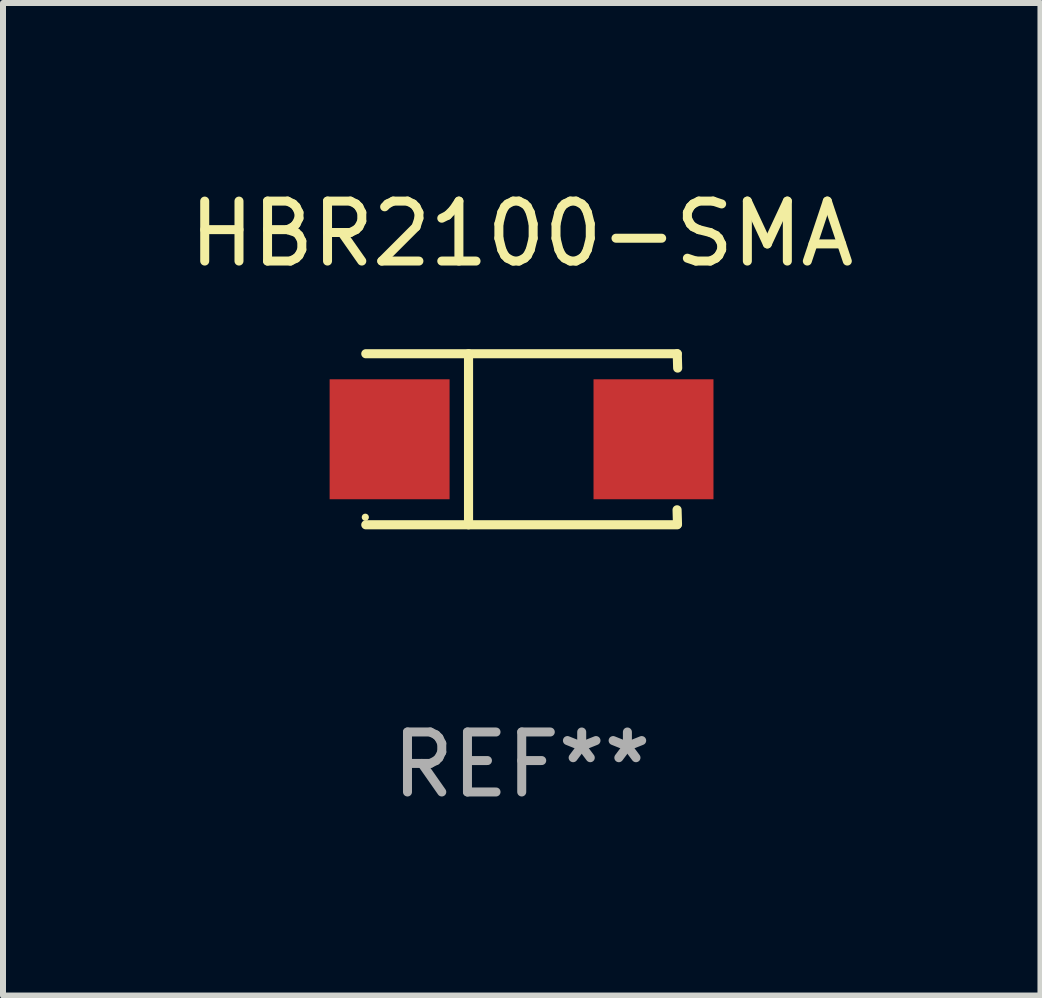
<source format=kicad_pcb>
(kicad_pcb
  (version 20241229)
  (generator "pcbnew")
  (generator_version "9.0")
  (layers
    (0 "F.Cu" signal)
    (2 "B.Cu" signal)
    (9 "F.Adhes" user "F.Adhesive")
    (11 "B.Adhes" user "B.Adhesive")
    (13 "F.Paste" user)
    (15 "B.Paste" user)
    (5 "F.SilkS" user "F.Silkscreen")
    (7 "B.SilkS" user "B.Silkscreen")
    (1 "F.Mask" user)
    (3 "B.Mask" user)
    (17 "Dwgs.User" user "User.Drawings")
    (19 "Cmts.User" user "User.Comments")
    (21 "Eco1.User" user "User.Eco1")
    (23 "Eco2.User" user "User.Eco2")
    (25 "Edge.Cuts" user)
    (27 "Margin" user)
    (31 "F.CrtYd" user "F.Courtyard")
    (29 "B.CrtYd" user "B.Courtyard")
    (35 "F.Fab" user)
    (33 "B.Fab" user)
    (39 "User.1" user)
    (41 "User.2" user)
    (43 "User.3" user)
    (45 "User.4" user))
  (footprint "HBR2100-SMA"
    (layer "F.Cu")
    (at 5.649 4.274)
    (property "Reference" "HBR2100-SMA" (at 0 -3.426 0) (layer "F.SilkS") (effects (font (size 1 1) (thickness 0.15))))
    (attr through_hole)
    (fp_line (start -2.6 -1.426) (end 2.593 -1.426) (stroke (width 0.152) (type solid)) (layer "F.SilkS"))
    (fp_line (start -2.6 1.426) (end 2.593 1.426) (stroke (width 0.152) (type solid)) (layer "F.SilkS"))
    (fp_line (start -0.887 -1.426) (end -0.887 1.426) (stroke (width 0.152) (type solid)) (layer "F.SilkS"))
    (fp_line (start 2.59 1.176) (end 2.597 1.415) (stroke (width 0.152) (type solid)) (layer "F.SilkS"))
    (fp_line (start 2.593 -1.426) (end 2.6 -1.187) (stroke (width 0.152) (type solid)) (layer "F.SilkS"))
    (fp_circle (center -2.608 1.3) (end -2.578 1.3) (stroke (width 0.06) (type solid)) (fill no) (layer "F.SilkS"))
    (fp_text user "REF**" (at 0 5.426 0) (layer "F.Fab") (effects (font (size 1 1) (thickness 0.15))))
    (pad "1" smd rect (at -2.203 0 180) (size 2 2) (layers "F.Cu" "F.Mask" "F.Paste"))
    (pad "2" smd rect (at 2.197 0 180) (size 2 2) (layers "F.Cu" "F.Mask" "F.Paste")))
  (gr_rect
    (start -3 -3)
    (end 14.298 13.549)
    (stroke (width 0.1) (type default))
    (fill no)
    (layer "Edge.Cuts")))
</source>
